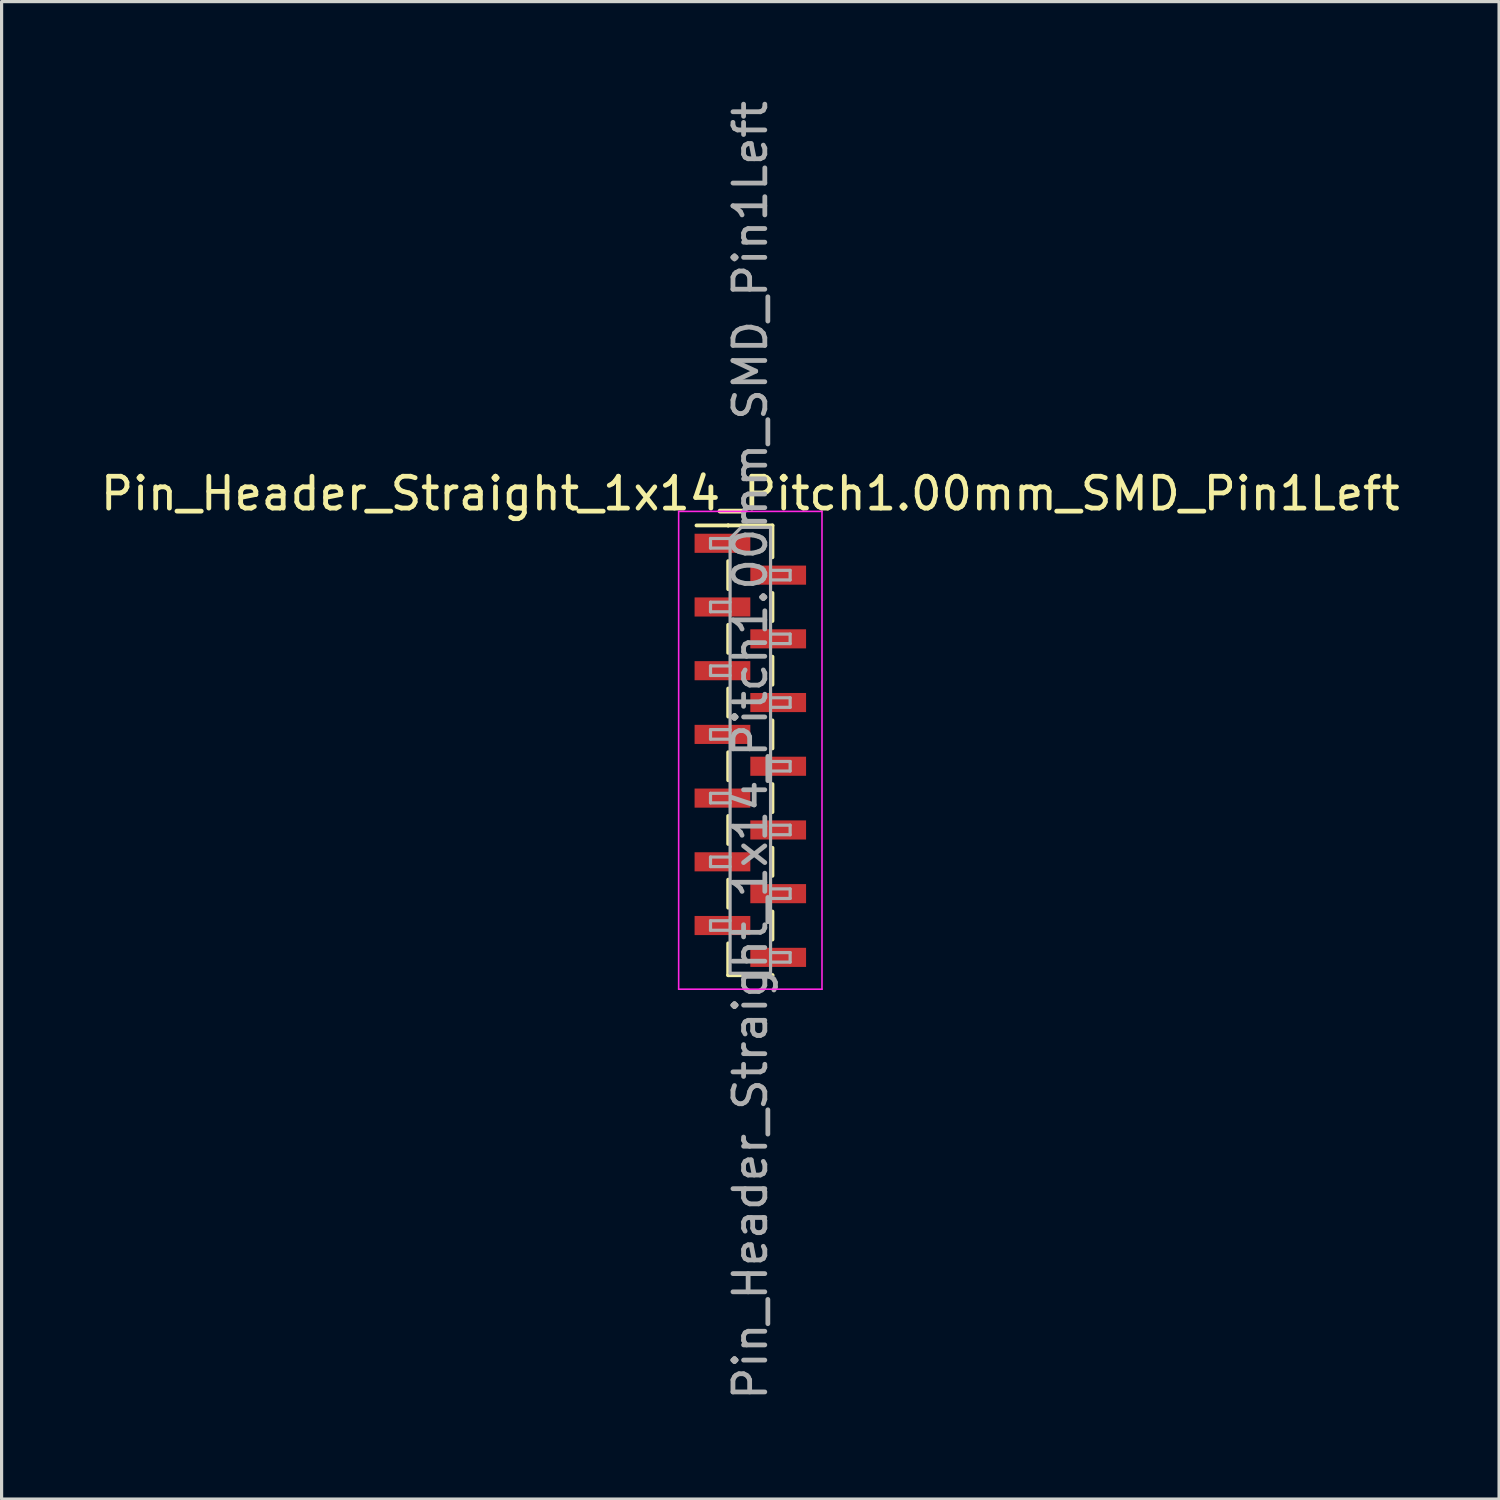
<source format=kicad_pcb>
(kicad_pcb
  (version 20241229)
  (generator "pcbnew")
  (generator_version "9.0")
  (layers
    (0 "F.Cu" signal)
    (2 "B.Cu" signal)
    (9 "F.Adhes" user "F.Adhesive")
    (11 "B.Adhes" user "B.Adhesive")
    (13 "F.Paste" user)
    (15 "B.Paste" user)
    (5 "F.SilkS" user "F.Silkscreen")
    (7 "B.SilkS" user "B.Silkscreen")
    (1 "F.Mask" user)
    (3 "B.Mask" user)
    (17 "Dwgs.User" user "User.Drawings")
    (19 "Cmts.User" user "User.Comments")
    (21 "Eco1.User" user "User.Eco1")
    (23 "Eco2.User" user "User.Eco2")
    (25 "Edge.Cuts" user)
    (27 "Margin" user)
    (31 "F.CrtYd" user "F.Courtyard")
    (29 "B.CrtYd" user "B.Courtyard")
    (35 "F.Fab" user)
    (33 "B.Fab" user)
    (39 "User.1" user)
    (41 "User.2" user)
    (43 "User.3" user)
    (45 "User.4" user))
  (footprint "Pin_Header_Straight_1x14_Pitch1.00mm_SMD_Pin1Left"
    (layer "F.Cu")
    (at 20.506 20.506)
    (property "Reference" "Pin_Header_Straight_1x14_Pitch1.00mm_SMD_Pin1Left" (at 0 -8.06 0) (layer "F.SilkS") (effects (font (size 1 1) (thickness 0.15))))
    (attr smd)
    (fp_line (start -0.695 -7.06) (end -1.69 -7.06) (stroke (width 0.12) (type solid)) (layer "F.SilkS"))
    (fp_line (start -0.695 -7.06) (end -0.695 -7.06) (stroke (width 0.12) (type solid)) (layer "F.SilkS"))
    (fp_line (start -0.695 -7.06) (end 0.695 -7.06) (stroke (width 0.12) (type solid)) (layer "F.SilkS"))
    (fp_line (start -0.695 -5.94) (end -0.695 -5.06) (stroke (width 0.12) (type solid)) (layer "F.SilkS"))
    (fp_line (start -0.695 -3.94) (end -0.695 -3.06) (stroke (width 0.12) (type solid)) (layer "F.SilkS"))
    (fp_line (start -0.695 -1.94) (end -0.695 -1.06) (stroke (width 0.12) (type solid)) (layer "F.SilkS"))
    (fp_line (start -0.695 0.06) (end -0.695 0.94) (stroke (width 0.12) (type solid)) (layer "F.SilkS"))
    (fp_line (start -0.695 2.06) (end -0.695 2.94) (stroke (width 0.12) (type solid)) (layer "F.SilkS"))
    (fp_line (start -0.695 4.06) (end -0.695 4.94) (stroke (width 0.12) (type solid)) (layer "F.SilkS"))
    (fp_line (start -0.695 6.06) (end -0.695 7.06) (stroke (width 0.12) (type solid)) (layer "F.SilkS"))
    (fp_line (start -0.695 7.06) (end 0.695 7.06) (stroke (width 0.12) (type solid)) (layer "F.SilkS"))
    (fp_line (start 0.695 -7.06) (end 0.695 -6.06) (stroke (width 0.12) (type solid)) (layer "F.SilkS"))
    (fp_line (start 0.695 -4.94) (end 0.695 -4.06) (stroke (width 0.12) (type solid)) (layer "F.SilkS"))
    (fp_line (start 0.695 -2.94) (end 0.695 -2.06) (stroke (width 0.12) (type solid)) (layer "F.SilkS"))
    (fp_line (start 0.695 -0.94) (end 0.695 -0.06) (stroke (width 0.12) (type solid)) (layer "F.SilkS"))
    (fp_line (start 0.695 1.06) (end 0.695 1.94) (stroke (width 0.12) (type solid)) (layer "F.SilkS"))
    (fp_line (start 0.695 3.06) (end 0.695 3.94) (stroke (width 0.12) (type solid)) (layer "F.SilkS"))
    (fp_line (start 0.695 5.06) (end 0.695 5.94) (stroke (width 0.12) (type solid)) (layer "F.SilkS"))
    (fp_line (start 0.695 7.06) (end 0.695 7.06) (stroke (width 0.12) (type solid)) (layer "F.SilkS"))
    (fp_line (start -2.25 -7.5) (end -2.25 7.5) (stroke (width 0.05) (type solid)) (layer "F.CrtYd"))
    (fp_line (start -2.25 7.5) (end 2.25 7.5) (stroke (width 0.05) (type solid)) (layer "F.CrtYd"))
    (fp_line (start 2.25 -7.5) (end -2.25 -7.5) (stroke (width 0.05) (type solid)) (layer "F.CrtYd"))
    (fp_line (start 2.25 7.5) (end 2.25 -7.5) (stroke (width 0.05) (type solid)) (layer "F.CrtYd"))
    (fp_line (start -1.25 -6.65) (end -1.25 -6.35) (stroke (width 0.1) (type solid)) (layer "F.Fab"))
    (fp_line (start -1.25 -6.35) (end -0.635 -6.35) (stroke (width 0.1) (type solid)) (layer "F.Fab"))
    (fp_line (start -1.25 -4.65) (end -1.25 -4.35) (stroke (width 0.1) (type solid)) (layer "F.Fab"))
    (fp_line (start -1.25 -4.35) (end -0.635 -4.35) (stroke (width 0.1) (type solid)) (layer "F.Fab"))
    (fp_line (start -1.25 -2.65) (end -1.25 -2.35) (stroke (width 0.1) (type solid)) (layer "F.Fab"))
    (fp_line (start -1.25 -2.35) (end -0.635 -2.35) (stroke (width 0.1) (type solid)) (layer "F.Fab"))
    (fp_line (start -1.25 -0.65) (end -1.25 -0.35) (stroke (width 0.1) (type solid)) (layer "F.Fab"))
    (fp_line (start -1.25 -0.35) (end -0.635 -0.35) (stroke (width 0.1) (type solid)) (layer "F.Fab"))
    (fp_line (start -1.25 1.35) (end -1.25 1.65) (stroke (width 0.1) (type solid)) (layer "F.Fab"))
    (fp_line (start -1.25 1.65) (end -0.635 1.65) (stroke (width 0.1) (type solid)) (layer "F.Fab"))
    (fp_line (start -1.25 3.35) (end -1.25 3.65) (stroke (width 0.1) (type solid)) (layer "F.Fab"))
    (fp_line (start -1.25 3.65) (end -0.635 3.65) (stroke (width 0.1) (type solid)) (layer "F.Fab"))
    (fp_line (start -1.25 5.35) (end -1.25 5.65) (stroke (width 0.1) (type solid)) (layer "F.Fab"))
    (fp_line (start -1.25 5.65) (end -0.635 5.65) (stroke (width 0.1) (type solid)) (layer "F.Fab"))
    (fp_line (start -0.635 -6.65) (end -1.25 -6.65) (stroke (width 0.1) (type solid)) (layer "F.Fab"))
    (fp_line (start -0.635 -6.65) (end -0.285 -7) (stroke (width 0.1) (type solid)) (layer "F.Fab"))
    (fp_line (start -0.635 -4.65) (end -1.25 -4.65) (stroke (width 0.1) (type solid)) (layer "F.Fab"))
    (fp_line (start -0.635 -2.65) (end -1.25 -2.65) (stroke (width 0.1) (type solid)) (layer "F.Fab"))
    (fp_line (start -0.635 -0.65) (end -1.25 -0.65) (stroke (width 0.1) (type solid)) (layer "F.Fab"))
    (fp_line (start -0.635 1.35) (end -1.25 1.35) (stroke (width 0.1) (type solid)) (layer "F.Fab"))
    (fp_line (start -0.635 3.35) (end -1.25 3.35) (stroke (width 0.1) (type solid)) (layer "F.Fab"))
    (fp_line (start -0.635 5.35) (end -1.25 5.35) (stroke (width 0.1) (type solid)) (layer "F.Fab"))
    (fp_line (start -0.635 7) (end -0.635 -6.65) (stroke (width 0.1) (type solid)) (layer "F.Fab"))
    (fp_line (start -0.285 -7) (end 0.635 -7) (stroke (width 0.1) (type solid)) (layer "F.Fab"))
    (fp_line (start 0.635 -7) (end 0.635 7) (stroke (width 0.1) (type solid)) (layer "F.Fab"))
    (fp_line (start 0.635 -5.65) (end 1.25 -5.65) (stroke (width 0.1) (type solid)) (layer "F.Fab"))
    (fp_line (start 0.635 -3.65) (end 1.25 -3.65) (stroke (width 0.1) (type solid)) (layer "F.Fab"))
    (fp_line (start 0.635 -1.65) (end 1.25 -1.65) (stroke (width 0.1) (type solid)) (layer "F.Fab"))
    (fp_line (start 0.635 0.35) (end 1.25 0.35) (stroke (width 0.1) (type solid)) (layer "F.Fab"))
    (fp_line (start 0.635 2.35) (end 1.25 2.35) (stroke (width 0.1) (type solid)) (layer "F.Fab"))
    (fp_line (start 0.635 4.35) (end 1.25 4.35) (stroke (width 0.1) (type solid)) (layer "F.Fab"))
    (fp_line (start 0.635 6.35) (end 1.25 6.35) (stroke (width 0.1) (type solid)) (layer "F.Fab"))
    (fp_line (start 0.635 7) (end -0.635 7) (stroke (width 0.1) (type solid)) (layer "F.Fab"))
    (fp_line (start 1.25 -5.65) (end 1.25 -5.35) (stroke (width 0.1) (type solid)) (layer "F.Fab"))
    (fp_line (start 1.25 -5.35) (end 0.635 -5.35) (stroke (width 0.1) (type solid)) (layer "F.Fab"))
    (fp_line (start 1.25 -3.65) (end 1.25 -3.35) (stroke (width 0.1) (type solid)) (layer "F.Fab"))
    (fp_line (start 1.25 -3.35) (end 0.635 -3.35) (stroke (width 0.1) (type solid)) (layer "F.Fab"))
    (fp_line (start 1.25 -1.65) (end 1.25 -1.35) (stroke (width 0.1) (type solid)) (layer "F.Fab"))
    (fp_line (start 1.25 -1.35) (end 0.635 -1.35) (stroke (width 0.1) (type solid)) (layer "F.Fab"))
    (fp_line (start 1.25 0.35) (end 1.25 0.65) (stroke (width 0.1) (type solid)) (layer "F.Fab"))
    (fp_line (start 1.25 0.65) (end 0.635 0.65) (stroke (width 0.1) (type solid)) (layer "F.Fab"))
    (fp_line (start 1.25 2.35) (end 1.25 2.65) (stroke (width 0.1) (type solid)) (layer "F.Fab"))
    (fp_line (start 1.25 2.65) (end 0.635 2.65) (stroke (width 0.1) (type solid)) (layer "F.Fab"))
    (fp_line (start 1.25 4.35) (end 1.25 4.65) (stroke (width 0.1) (type solid)) (layer "F.Fab"))
    (fp_line (start 1.25 4.65) (end 0.635 4.65) (stroke (width 0.1) (type solid)) (layer "F.Fab"))
    (fp_line (start 1.25 6.35) (end 1.25 6.65) (stroke (width 0.1) (type solid)) (layer "F.Fab"))
    (fp_line (start 1.25 6.65) (end 0.635 6.65) (stroke (width 0.1) (type solid)) (layer "F.Fab"))
    (fp_text user "${REFERENCE}" (at 0 0 90) (layer "F.Fab") (effects (font (size 1 1) (thickness 0.15))))
    (pad "1" smd rect (at -0.875 -6.5) (size 1.75 0.6) (layers "F.Cu" "F.Mask" "F.Paste"))
    (pad "2" smd rect (at 0.875 -5.5) (size 1.75 0.6) (layers "F.Cu" "F.Mask" "F.Paste"))
    (pad "3" smd rect (at -0.875 -4.5) (size 1.75 0.6) (layers "F.Cu" "F.Mask" "F.Paste"))
    (pad "4" smd rect (at 0.875 -3.5) (size 1.75 0.6) (layers "F.Cu" "F.Mask" "F.Paste"))
    (pad "5" smd rect (at -0.875 -2.5) (size 1.75 0.6) (layers "F.Cu" "F.Mask" "F.Paste"))
    (pad "6" smd rect (at 0.875 -1.5) (size 1.75 0.6) (layers "F.Cu" "F.Mask" "F.Paste"))
    (pad "7" smd rect (at -0.875 -0.5) (size 1.75 0.6) (layers "F.Cu" "F.Mask" "F.Paste"))
    (pad "8" smd rect (at 0.875 0.5) (size 1.75 0.6) (layers "F.Cu" "F.Mask" "F.Paste"))
    (pad "9" smd rect (at -0.875 1.5) (size 1.75 0.6) (layers "F.Cu" "F.Mask" "F.Paste"))
    (pad "10" smd rect (at 0.875 2.5) (size 1.75 0.6) (layers "F.Cu" "F.Mask" "F.Paste"))
    (pad "11" smd rect (at -0.875 3.5) (size 1.75 0.6) (layers "F.Cu" "F.Mask" "F.Paste"))
    (pad "12" smd rect (at 0.875 4.5) (size 1.75 0.6) (layers "F.Cu" "F.Mask" "F.Paste"))
    (pad "13" smd rect (at -0.875 5.5) (size 1.75 0.6) (layers "F.Cu" "F.Mask" "F.Paste"))
    (pad "14" smd rect (at 0.875 6.5) (size 1.75 0.6) (layers "F.Cu" "F.Mask" "F.Paste")))
  (gr_rect
    (start -3 -3)
    (end 44.012 44.012)
    (stroke (width 0.1) (type default))
    (fill no)
    (layer "Edge.Cuts")))
</source>
